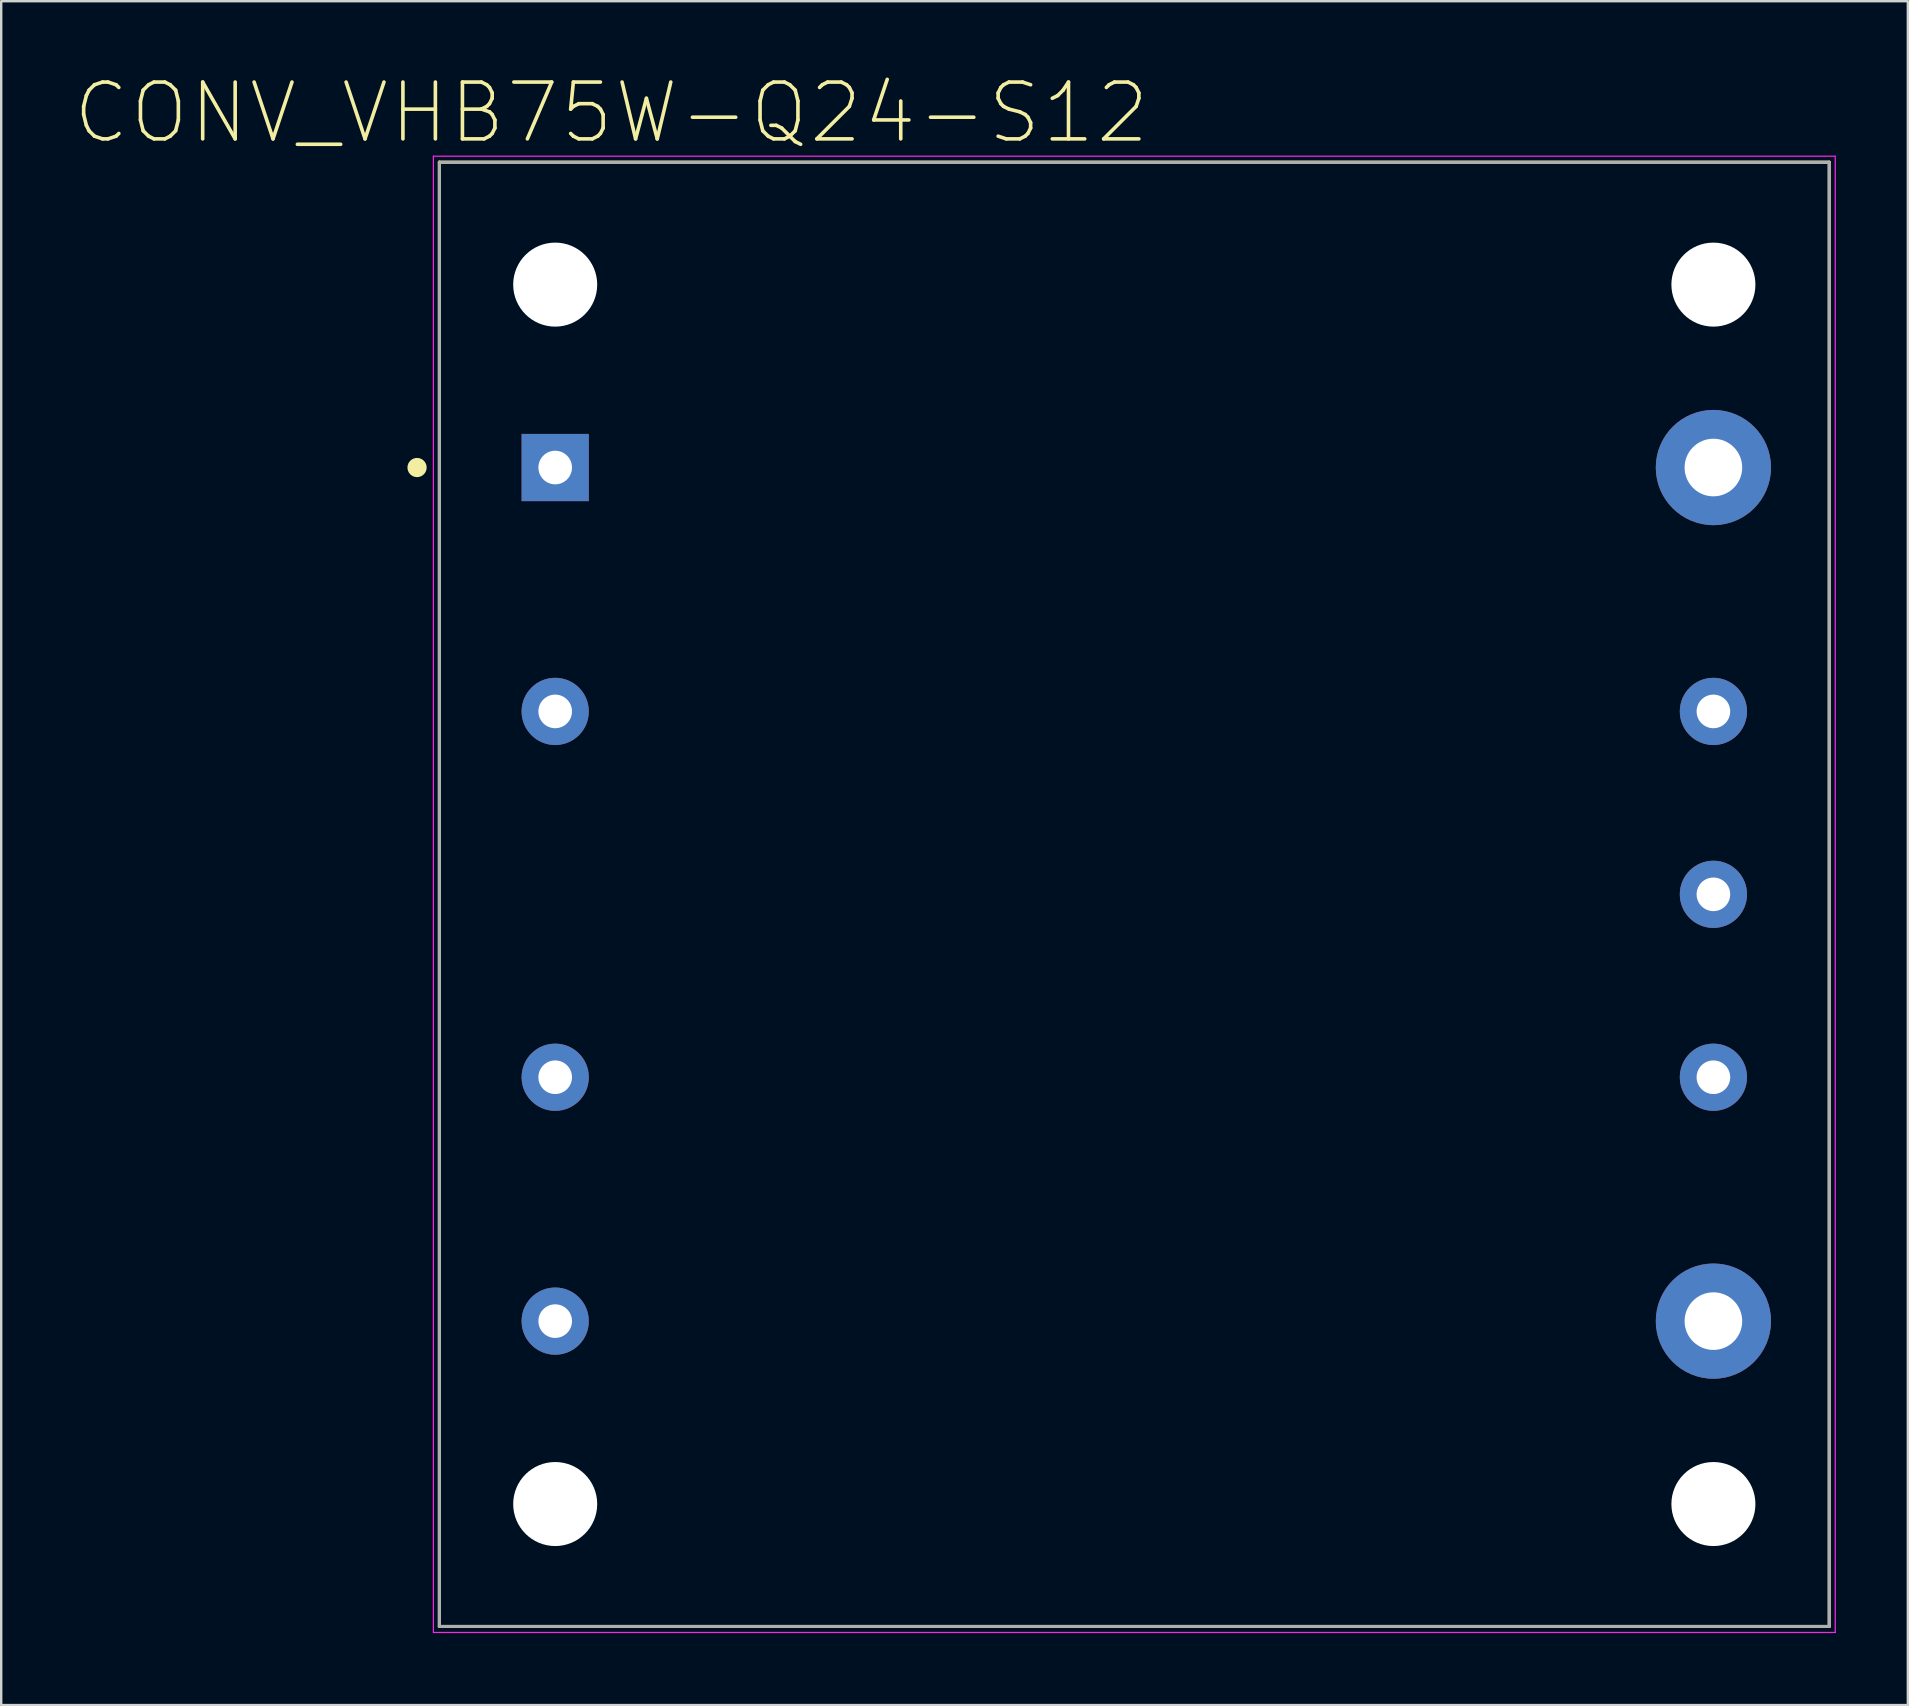
<source format=kicad_pcb>
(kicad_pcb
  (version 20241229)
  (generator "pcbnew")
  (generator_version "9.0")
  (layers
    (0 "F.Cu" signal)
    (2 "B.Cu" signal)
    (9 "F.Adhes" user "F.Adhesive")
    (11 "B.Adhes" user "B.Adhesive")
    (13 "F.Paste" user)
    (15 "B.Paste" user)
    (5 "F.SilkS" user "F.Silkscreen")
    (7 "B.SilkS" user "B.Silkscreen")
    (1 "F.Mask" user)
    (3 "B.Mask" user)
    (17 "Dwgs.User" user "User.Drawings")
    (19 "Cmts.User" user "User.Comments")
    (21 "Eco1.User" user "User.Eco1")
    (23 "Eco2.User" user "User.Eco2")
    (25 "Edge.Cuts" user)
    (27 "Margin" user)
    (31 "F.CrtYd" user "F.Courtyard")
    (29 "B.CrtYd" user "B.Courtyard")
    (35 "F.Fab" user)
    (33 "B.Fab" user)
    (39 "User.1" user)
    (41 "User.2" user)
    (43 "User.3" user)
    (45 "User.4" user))
  (footprint "CONV_VHB75W-Q24-S12"
    (layer "F.Cu")
    (at 44.204 34.207)
    (property "Reference" "CONV_VHB75W-Q24-S12" (at -21.79 -32.559 0) (layer "F.SilkS") (effects (font (size 2.367 2.367) (thickness 0.15))))
    (attr through_hole)
    (fp_line (start -28.95 -30.5) (end 28.95 -30.5) (stroke (width 0.127) (type solid)) (layer "F.SilkS"))
    (fp_line (start -28.95 30.5) (end -28.95 -30.5) (stroke (width 0.127) (type solid)) (layer "F.SilkS"))
    (fp_line (start 28.95 -30.5) (end 28.95 30.5) (stroke (width 0.127) (type solid)) (layer "F.SilkS"))
    (fp_line (start 28.95 30.5) (end -28.95 30.5) (stroke (width 0.127) (type solid)) (layer "F.SilkS"))
    (fp_circle (center -29.88 -17.78) (end -29.68 -17.78) (stroke (width 0.4) (type solid)) (fill no) (layer "F.SilkS"))
    (fp_line (start -29.2 -30.75) (end 29.2 -30.75) (stroke (width 0.05) (type solid)) (layer "F.CrtYd"))
    (fp_line (start -29.2 30.75) (end -29.2 -30.75) (stroke (width 0.05) (type solid)) (layer "F.CrtYd"))
    (fp_line (start 29.2 -30.75) (end 29.2 30.75) (stroke (width 0.05) (type solid)) (layer "F.CrtYd"))
    (fp_line (start 29.2 30.75) (end -29.2 30.75) (stroke (width 0.05) (type solid)) (layer "F.CrtYd"))
    (fp_line (start -28.95 -30.5) (end 28.95 -30.5) (stroke (width 0.127) (type solid)) (layer "F.Fab"))
    (fp_line (start -28.95 30.5) (end -28.95 -30.5) (stroke (width 0.127) (type solid)) (layer "F.Fab"))
    (fp_line (start 28.95 -30.5) (end 28.95 30.5) (stroke (width 0.127) (type solid)) (layer "F.Fab"))
    (fp_line (start 28.95 30.5) (end -28.95 30.5) (stroke (width 0.127) (type solid)) (layer "F.Fab"))
    (fp_circle (center -24.125 -17.78) (end -23.925 -17.78) (stroke (width 0.4) (type solid)) (fill no) (layer "F.Fab"))
    (pad "" np_thru_hole circle (at -24.125 -25.4) (size 3.5 3.5) (drill 3.5) (layers "*.Cu" "*.Mask"))
    (pad "" np_thru_hole circle (at -24.125 25.4) (size 3.5 3.5) (drill 3.5) (layers "*.Cu" "*.Mask"))
    (pad "" np_thru_hole circle (at 24.125 -25.4) (size 3.5 3.5) (drill 3.5) (layers "*.Cu" "*.Mask"))
    (pad "" np_thru_hole circle (at 24.125 25.4) (size 3.5 3.5) (drill 3.5) (layers "*.Cu" "*.Mask"))
    (pad "1" thru_hole rect (at -24.125 -17.78) (size 2.8 2.8) (drill 1.4) (layers "*.Cu" "*.Mask"))
    (pad "2" thru_hole circle (at -24.125 -7.62) (size 2.8 2.8) (drill 1.4) (layers "*.Cu" "*.Mask"))
    (pad "3" thru_hole circle (at -24.125 7.62) (size 2.8 2.8) (drill 1.4) (layers "*.Cu" "*.Mask"))
    (pad "4" thru_hole circle (at -24.125 17.78) (size 2.8 2.8) (drill 1.4) (layers "*.Cu" "*.Mask"))
    (pad "5" thru_hole circle (at 24.125 17.78) (size 4.8 4.8) (drill 2.4) (layers "*.Cu" "*.Mask"))
    (pad "6" thru_hole circle (at 24.125 7.62) (size 2.8 2.8) (drill 1.4) (layers "*.Cu" "*.Mask"))
    (pad "7" thru_hole circle (at 24.125 0) (size 2.8 2.8) (drill 1.4) (layers "*.Cu" "*.Mask"))
    (pad "8" thru_hole circle (at 24.125 -7.62) (size 2.8 2.8) (drill 1.4) (layers "*.Cu" "*.Mask"))
    (pad "9" thru_hole circle (at 24.125 -17.78) (size 4.8 4.8) (drill 2.4) (layers "*.Cu" "*.Mask")))
  (gr_rect
    (start -3 -3)
    (end 76.429 67.982)
    (stroke (width 0.1) (type default))
    (fill no)
    (layer "Edge.Cuts")))
</source>
